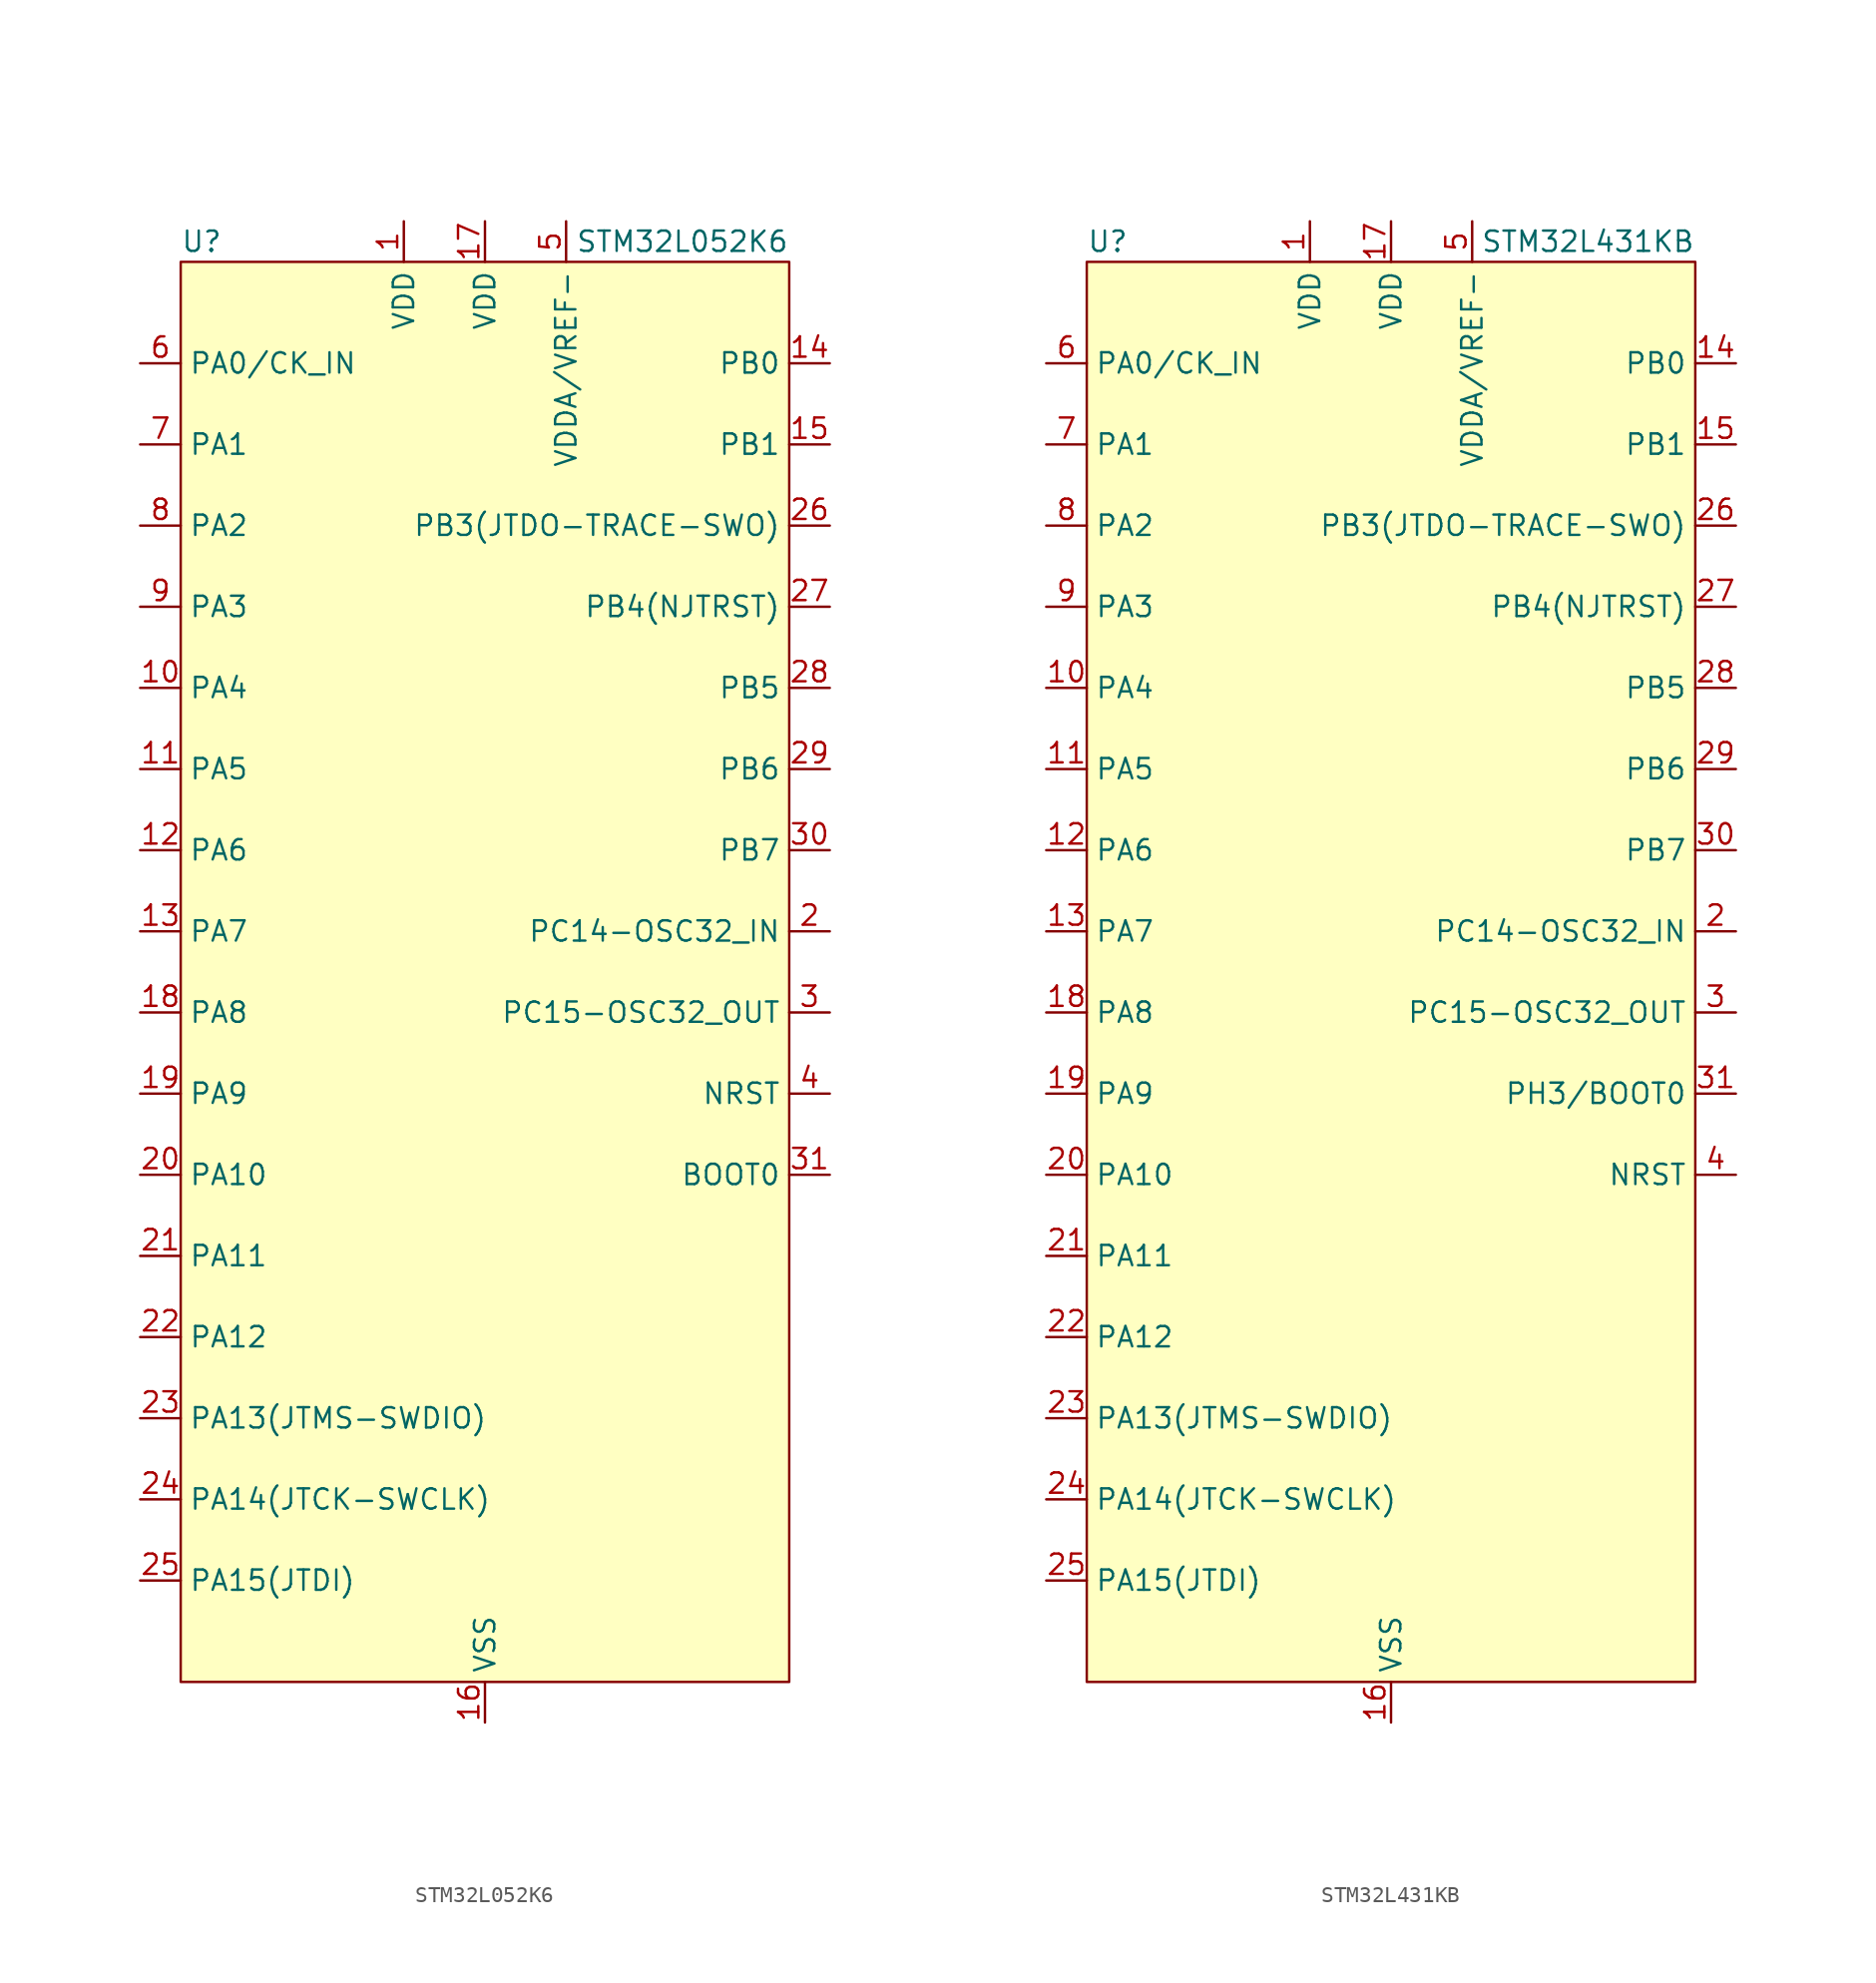
<source format=kicad_sym>
(kicad_symbol_lib
  (version 20231120)
  (generator "kicad_symbol_editor")
  (generator_version "8.0")
  (symbol "STM32L052K6"
    (property "Reference" "U"
      (at -19.05 45.72 0)
      (do_not_autoplace)
      (effects (font (size 1.27 1.27)) (justify left)))
    (property "Value" "STM32L052K6"
      (at 19.05 45.72 0)
      (do_not_autoplace)
      (effects (font (size 1.27 1.27)) (justify right)))
    (symbol "STM32L052K6_0_0"
      (pin power_in line (at -5.08 46.99 270) (length 2.54) (name "VDD" (effects (font (size 1.27 1.27)))) (number "1" (effects (font (size 1.27 1.27)))))
      (pin passive line (at 0 -46.99 90) (length 2.54) (name "VSS" (effects (font (size 1.27 1.27)))) (number "16" (effects (font (size 1.27 1.27)))))
      (pin power_in line (at 0 46.99 270) (length 2.54) (name "VDD" (effects (font (size 1.27 1.27)))) (number "17" (effects (font (size 1.27 1.27)))))
      (pin bidirectional line (at 21.59 2.54 180) (length 2.54) (name "PC14-OSC32_IN" (effects (font (size 1.27 1.27)))) (number "2" (effects (font (size 1.27 1.27)))))
      (pin unspecified line (at 21.59 -2.54 180) (length 2.54) (name "PC15-OSC32_OUT" (effects (font (size 1.27 1.27)))) (number "3" (effects (font (size 1.27 1.27)))))
      (pin bidirectional line (at 21.59 -12.7 180) (length 2.54) (name "BOOT0" (effects (font (size 1.27 1.27)))) (number "31" (effects (font (size 1.27 1.27)))))
      (pin input line (at 21.59 -7.62 180) (length 2.54) (name "NRST" (effects (font (size 1.27 1.27)))) (number "4" (effects (font (size 1.27 1.27)))))
      (pin power_in line (at 5.08 46.99 270) (length 2.54) (name "VDDA/VREF-" (effects (font (size 1.27 1.27)))) (number "5" (effects (font (size 1.27 1.27))))))
    (symbol "STM32L052K6_1_0"
      (pin bidirectional line (at -21.59 17.78 0) (length 2.54) (name "PA4" (effects (font (size 1.27 1.27)))) (number "10" (effects (font (size 1.27 1.27)))) (alternate "SPI3_NSS" bidirectional line) (alternate "SPI_NSS" bidirectional line) (alternate "USART2_CK" output clock))
      (pin bidirectional line (at -21.59 12.7 0) (length 2.54) (name "PA5" (effects (font (size 1.27 1.27)))) (number "11" (effects (font (size 1.27 1.27)))) (alternate "SPI1_SCK" output clock))
      (pin bidirectional line (at -21.59 7.62 0) (length 2.54) (name "PA6" (effects (font (size 1.27 1.27)))) (number "12" (effects (font (size 1.27 1.27)))) (alternate "LPUART1_CTS" output line) (alternate "SPI1_MISO" input line) (alternate "USART3_CTS" output line))
      (pin bidirectional line (at -21.59 2.54 0) (length 2.54) (name "PA7" (effects (font (size 1.27 1.27)))) (number "13" (effects (font (size 1.27 1.27)))) (alternate "I2C3_SCL" output clock) (alternate "QUADSPI_BK1_IO2" bidirectional line) (alternate "SPI1_MOSI" output line))
      (pin bidirectional line (at 21.59 38.1 180) (length 2.54) (name "PB0" (effects (font (size 1.27 1.27)))) (number "14" (effects (font (size 1.27 1.27)))) (alternate "QUADSPI_BK1_IO1" bidirectional line) (alternate "SPI1_NSS" bidirectional line) (alternate "USART3_CK" output clock))
      (pin bidirectional line (at 21.59 33.02 180) (length 2.54) (name "PB1" (effects (font (size 1.27 1.27)))) (number "15" (effects (font (size 1.27 1.27)))) (alternate "LPUART1_RTS_DE" input line) (alternate "QUADSPI_BK1_IO0" bidirectional line) (alternate "USART3_RTS_DE" input line))
      (pin bidirectional line (at -21.59 -2.54 0) (length 2.54) (name "PA8" (effects (font (size 1.27 1.27)))) (number "18" (effects (font (size 1.27 1.27)))) (alternate "USART1_CK" output clock))
      (pin bidirectional line (at -21.59 -7.62 0) (length 2.54) (name "PA9" (effects (font (size 1.27 1.27)))) (number "19" (effects (font (size 1.27 1.27)))) (alternate "I2C1_SCL" output clock) (alternate "USART1_TX" output line))
      (pin bidirectional line (at -21.59 -12.7 0) (length 2.54) (name "PA10" (effects (font (size 1.27 1.27)))) (number "20" (effects (font (size 1.27 1.27)))) (alternate "I2C1_SDA" bidirectional line) (alternate "USART1_RX" input line))
      (pin bidirectional line (at -21.59 -17.78 0) (length 2.54) (name "PA11" (effects (font (size 1.27 1.27)))) (number "21" (effects (font (size 1.27 1.27)))) (alternate "CAN1_RX" input line) (alternate "SPI1_MISO" input line) (alternate "USART1_CTS" output line) (alternate "USB_DM" bidirectional inverted))
      (pin bidirectional line (at -21.59 -22.86 0) (length 2.54) (name "PA12" (effects (font (size 1.27 1.27)))) (number "22" (effects (font (size 1.27 1.27)))) (alternate "CAN1_TX" output line) (alternate "SPI1_MOSI" output line) (alternate "USART1_RTS_DE" input line) (alternate "USB_DP" bidirectional line))
      (pin bidirectional line (at -21.59 -27.94 0) (length 2.54) (name "PA13(JTMS-SWDIO)" (effects (font (size 1.27 1.27)))) (number "23" (effects (font (size 1.27 1.27)))))
      (pin bidirectional line (at -21.59 -33.02 0) (length 2.54) (name "PA14(JTCK-SWCLK)" (effects (font (size 1.27 1.27)))) (number "24" (effects (font (size 1.27 1.27)))) (alternate "I2C1_SMBA" bidirectional line))
      (pin bidirectional line (at -21.59 -38.1 0) (length 2.54) (name "PA15(JTDI)" (effects (font (size 1.27 1.27)))) (number "25" (effects (font (size 1.27 1.27)))) (alternate "SPI1_NSS" bidirectional line) (alternate "SPI3_NSS" bidirectional line) (alternate "USART2_RX" input line) (alternate "USART3_RTS_DE" input line))
      (pin bidirectional line (at 21.59 27.94 180) (length 2.54) (name "PB3(JTDO-TRACE-SWO)" (effects (font (size 1.27 1.27)))) (number "26" (effects (font (size 1.27 1.27)))) (alternate "SPI1_SCK" output clock) (alternate "SPI3_SCK" output clock) (alternate "USART1_RTS_DE" input line))
      (pin bidirectional line (at 21.59 22.86 180) (length 2.54) (name "PB4(NJTRST)" (effects (font (size 1.27 1.27)))) (number "27" (effects (font (size 1.27 1.27)))) (alternate "I2C3_SDA" bidirectional line) (alternate "SPI1_MISO" input line) (alternate "SPI3_MISO" input line) (alternate "USART1_CTS" output line))
      (pin bidirectional line (at 21.59 17.78 180) (length 2.54) (name "PB5" (effects (font (size 1.27 1.27)))) (number "28" (effects (font (size 1.27 1.27)))) (alternate "I2C1_SMBA" bidirectional line) (alternate "SPI1_MOSI" output line) (alternate "SPI3_MOSI" output line) (alternate "USART1_CK" output clock))
      (pin bidirectional line (at 21.59 12.7 180) (length 2.54) (name "PB6" (effects (font (size 1.27 1.27)))) (number "29" (effects (font (size 1.27 1.27)))) (alternate "I2C1_SCL" output clock) (alternate "USART1_TX" output line))
      (pin bidirectional line (at 21.59 7.62 180) (length 2.54) (name "PB7" (effects (font (size 1.27 1.27)))) (number "30" (effects (font (size 1.27 1.27)))) (alternate "I2C1_SDA" bidirectional line) (alternate "USART1_RX" input line))
      (pin passive line (at 0 -46.99 90) (length 2.54) hide (name "VSS" (effects (font (size 1.27 1.27)))) (number "32" (effects (font (size 1.27 1.27)))))
      (pin passive line (at 0 -46.99 90) (length 2.54) hide (name "VSS" (effects (font (size 1.27 1.27)))) (number "33" (effects (font (size 1.27 1.27)))))
      (pin bidirectional line (at -21.59 38.1 0) (length 2.54) (name "PA0/CK_IN" (effects (font (size 1.27 1.27)))) (number "6" (effects (font (size 1.27 1.27)))) (alternate "USART2_CTS" output line))
      (pin bidirectional line (at -21.59 33.02 0) (length 2.54) (name "PA1" (effects (font (size 1.27 1.27)))) (number "7" (effects (font (size 1.27 1.27)))) (alternate "I2C1_SMBA" output line) (alternate "SPI1_SCK" output clock) (alternate "USART2_RTS_DE" input line))
      (pin bidirectional line (at -21.59 27.94 0) (length 2.54) (name "PA2" (effects (font (size 1.27 1.27)))) (number "8" (effects (font (size 1.27 1.27)))) (alternate "LPUART1_TX" output line) (alternate "QUADSPI_BK1_NCS" bidirectional clock) (alternate "USART2_TX" output line))
      (pin bidirectional line (at -21.59 22.86 0) (length 2.54) (name "PA3" (effects (font (size 1.27 1.27)))) (number "9" (effects (font (size 1.27 1.27)))) (alternate "LPUART_RX" input line) (alternate "QUADSPI_CLK" output clock) (alternate "USART2_RX" input line)))
    (symbol "STM32L052K6_1_1"
      (rectangle (start -19.05 44.45) (end 19.05 -44.45) (stroke (width 0) (type default)) (fill (type background)))))
  (symbol "STM32L431KB"
    (property "Reference" "U"
      (at -19.05 45.72 0)
      (do_not_autoplace)
      (effects (font (size 1.27 1.27)) (justify left)))
    (property "Value" "STM32L431KB"
      (at 19.05 45.72 0)
      (do_not_autoplace)
      (effects (font (size 1.27 1.27)) (justify right)))
    (symbol "STM32L431KB_0_0"
      (pin power_in line (at -5.08 46.99 270) (length 2.54) (name "VDD" (effects (font (size 1.27 1.27)))) (number "1" (effects (font (size 1.27 1.27)))))
      (pin passive line (at 0 -46.99 90) (length 2.54) (name "VSS" (effects (font (size 1.27 1.27)))) (number "16" (effects (font (size 1.27 1.27)))))
      (pin power_in line (at 0 46.99 270) (length 2.54) (name "VDD" (effects (font (size 1.27 1.27)))) (number "17" (effects (font (size 1.27 1.27)))))
      (pin bidirectional line (at 21.59 2.54 180) (length 2.54) (name "PC14-OSC32_IN" (effects (font (size 1.27 1.27)))) (number "2" (effects (font (size 1.27 1.27)))))
      (pin unspecified line (at 21.59 -2.54 180) (length 2.54) (name "PC15-OSC32_OUT" (effects (font (size 1.27 1.27)))) (number "3" (effects (font (size 1.27 1.27)))))
      (pin bidirectional line (at 21.59 -7.62 180) (length 2.54) (name "PH3/BOOT0" (effects (font (size 1.27 1.27)))) (number "31" (effects (font (size 1.27 1.27)))))
      (pin input line (at 21.59 -12.7 180) (length 2.54) (name "NRST" (effects (font (size 1.27 1.27)))) (number "4" (effects (font (size 1.27 1.27)))))
      (pin power_in line (at 5.08 46.99 270) (length 2.54) (name "VDDA/VREF-" (effects (font (size 1.27 1.27)))) (number "5" (effects (font (size 1.27 1.27))))))
    (symbol "STM32L431KB_1_0"
      (pin bidirectional line (at -21.59 17.78 0) (length 2.54) (name "PA4" (effects (font (size 1.27 1.27)))) (number "10" (effects (font (size 1.27 1.27)))) (alternate "SPI3_NSS" bidirectional line) (alternate "SPI_NSS" bidirectional line) (alternate "USART2_CK" output clock))
      (pin bidirectional line (at -21.59 12.7 0) (length 2.54) (name "PA5" (effects (font (size 1.27 1.27)))) (number "11" (effects (font (size 1.27 1.27)))) (alternate "SPI1_SCK" output clock))
      (pin bidirectional line (at -21.59 7.62 0) (length 2.54) (name "PA6" (effects (font (size 1.27 1.27)))) (number "12" (effects (font (size 1.27 1.27)))) (alternate "LPUART1_CTS" output line) (alternate "SPI1_MISO" input line) (alternate "USART3_CTS" output line))
      (pin bidirectional line (at -21.59 2.54 0) (length 2.54) (name "PA7" (effects (font (size 1.27 1.27)))) (number "13" (effects (font (size 1.27 1.27)))) (alternate "I2C3_SCL" output clock) (alternate "QUADSPI_BK1_IO2" bidirectional line) (alternate "SPI1_MOSI" output line))
      (pin bidirectional line (at 21.59 38.1 180) (length 2.54) (name "PB0" (effects (font (size 1.27 1.27)))) (number "14" (effects (font (size 1.27 1.27)))) (alternate "QUADSPI_BK1_IO1" bidirectional line) (alternate "SPI1_NSS" bidirectional line) (alternate "USART3_CK" output clock))
      (pin bidirectional line (at 21.59 33.02 180) (length 2.54) (name "PB1" (effects (font (size 1.27 1.27)))) (number "15" (effects (font (size 1.27 1.27)))) (alternate "LPUART1_RTS_DE" input line) (alternate "QUADSPI_BK1_IO0" bidirectional line) (alternate "USART3_RTS_DE" input line))
      (pin bidirectional line (at -21.59 -2.54 0) (length 2.54) (name "PA8" (effects (font (size 1.27 1.27)))) (number "18" (effects (font (size 1.27 1.27)))) (alternate "USART1_CK" output clock))
      (pin bidirectional line (at -21.59 -7.62 0) (length 2.54) (name "PA9" (effects (font (size 1.27 1.27)))) (number "19" (effects (font (size 1.27 1.27)))) (alternate "I2C1_SCL" output clock) (alternate "USART1_TX" output line))
      (pin bidirectional line (at -21.59 -12.7 0) (length 2.54) (name "PA10" (effects (font (size 1.27 1.27)))) (number "20" (effects (font (size 1.27 1.27)))) (alternate "I2C1_SDA" bidirectional line) (alternate "USART1_RX" input line))
      (pin bidirectional line (at -21.59 -17.78 0) (length 2.54) (name "PA11" (effects (font (size 1.27 1.27)))) (number "21" (effects (font (size 1.27 1.27)))) (alternate "CAN1_RX" input line) (alternate "SPI1_MISO" input line) (alternate "USART1_CTS" output line))
      (pin bidirectional line (at -21.59 -22.86 0) (length 2.54) (name "PA12" (effects (font (size 1.27 1.27)))) (number "22" (effects (font (size 1.27 1.27)))) (alternate "CAN1_TX" output line) (alternate "SPI1_MOSI" output line) (alternate "USART1_RTS_DE" input line))
      (pin bidirectional line (at -21.59 -27.94 0) (length 2.54) (name "PA13(JTMS-SWDIO)" (effects (font (size 1.27 1.27)))) (number "23" (effects (font (size 1.27 1.27)))))
      (pin bidirectional line (at -21.59 -33.02 0) (length 2.54) (name "PA14(JTCK-SWCLK)" (effects (font (size 1.27 1.27)))) (number "24" (effects (font (size 1.27 1.27)))) (alternate "I2C1_SMBA" bidirectional line))
      (pin bidirectional line (at -21.59 -38.1 0) (length 2.54) (name "PA15(JTDI)" (effects (font (size 1.27 1.27)))) (number "25" (effects (font (size 1.27 1.27)))) (alternate "SPI1_NSS" bidirectional line) (alternate "SPI3_NSS" bidirectional line) (alternate "USART2_RX" input line) (alternate "USART3_RTS_DE" input line))
      (pin bidirectional line (at 21.59 27.94 180) (length 2.54) (name "PB3(JTDO-TRACE-SWO)" (effects (font (size 1.27 1.27)))) (number "26" (effects (font (size 1.27 1.27)))) (alternate "SPI1_SCK" output clock) (alternate "SPI3_SCK" output clock) (alternate "USART1_RTS_DE" input line))
      (pin bidirectional line (at 21.59 22.86 180) (length 2.54) (name "PB4(NJTRST)" (effects (font (size 1.27 1.27)))) (number "27" (effects (font (size 1.27 1.27)))) (alternate "I2C3_SDA" bidirectional line) (alternate "SPI1_MISO" input line) (alternate "SPI3_MISO" input line) (alternate "USART1_CTS" output line))
      (pin bidirectional line (at 21.59 17.78 180) (length 2.54) (name "PB5" (effects (font (size 1.27 1.27)))) (number "28" (effects (font (size 1.27 1.27)))) (alternate "I2C1_SMBA" bidirectional line) (alternate "SPI1_MOSI" output line) (alternate "SPI3_MOSI" output line) (alternate "USART1_CK" output clock))
      (pin bidirectional line (at 21.59 12.7 180) (length 2.54) (name "PB6" (effects (font (size 1.27 1.27)))) (number "29" (effects (font (size 1.27 1.27)))) (alternate "I2C1_SCL" output clock) (alternate "USART1_TX" output line))
      (pin bidirectional line (at 21.59 7.62 180) (length 2.54) (name "PB7" (effects (font (size 1.27 1.27)))) (number "30" (effects (font (size 1.27 1.27)))) (alternate "I2C1_SDA" bidirectional line) (alternate "USART1_RX" input line))
      (pin passive line (at 0 -46.99 90) (length 2.54) hide (name "VSS" (effects (font (size 1.27 1.27)))) (number "32" (effects (font (size 1.27 1.27)))))
      (pin passive line (at 0 -46.99 90) (length 2.54) hide (name "VSS" (effects (font (size 1.27 1.27)))) (number "33" (effects (font (size 1.27 1.27)))))
      (pin bidirectional line (at -21.59 38.1 0) (length 2.54) (name "PA0/CK_IN" (effects (font (size 1.27 1.27)))) (number "6" (effects (font (size 1.27 1.27)))) (alternate "USART2_CTS" output line))
      (pin bidirectional line (at -21.59 33.02 0) (length 2.54) (name "PA1" (effects (font (size 1.27 1.27)))) (number "7" (effects (font (size 1.27 1.27)))) (alternate "I2C1_SMBA" output line) (alternate "SPI1_SCK" output clock) (alternate "USART2_RTS_DE" input line))
      (pin bidirectional line (at -21.59 27.94 0) (length 2.54) (name "PA2" (effects (font (size 1.27 1.27)))) (number "8" (effects (font (size 1.27 1.27)))) (alternate "LPUART1_TX" output line) (alternate "QUADSPI_BK1_NCS" bidirectional clock) (alternate "USART2_TX" output line))
      (pin bidirectional line (at -21.59 22.86 0) (length 2.54) (name "PA3" (effects (font (size 1.27 1.27)))) (number "9" (effects (font (size 1.27 1.27)))) (alternate "LPUART_RX" input line) (alternate "QUADSPI_CLK" output clock) (alternate "USART2_RX" input line)))
    (symbol "STM32L431KB_1_1"
      (rectangle (start -19.05 44.45) (end 19.05 -44.45) (stroke (width 0) (type default)) (fill (type background))))))
</source>
